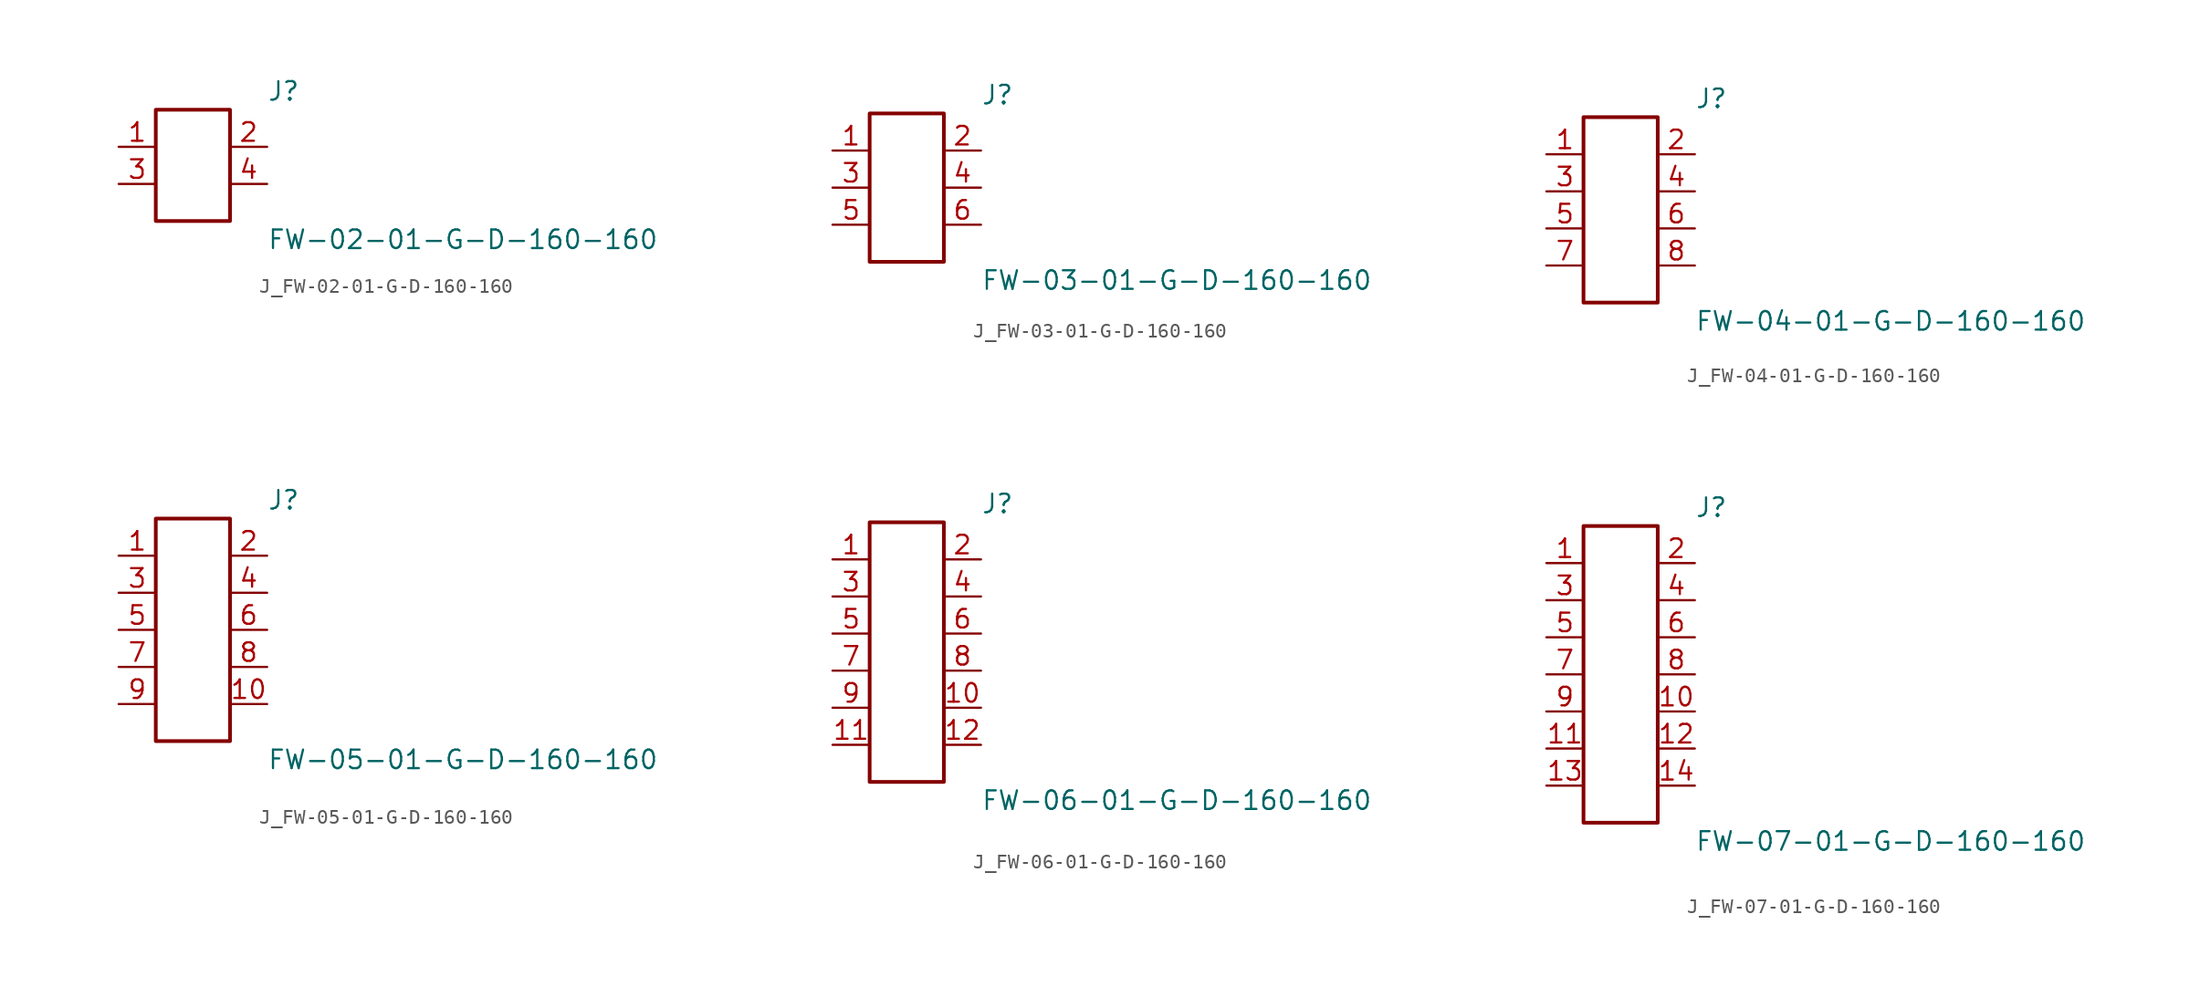
<source format=kicad_sym>
(kicad_symbol_lib
  (version 20231120)
  (generator kicad_symbol_editor)
  (generator_version 8.0)
  (symbol "J_FW-02-01-G-D-160-160"
    (pin_names
      (offset 0.254))
    (property "Reference" "J"
      (at 5.08 5.08 0)
      (effects (font (size 1.27 1.27)) (justify left)))
    (property "Value" "FW-02-01-G-D-160-160"
      (at 5.08 -5.08 0)
      (effects (font (size 1.27 1.27)) (justify left)))
    (symbol "J_FW-02-01-G-D-160-160_0_0"
      (pin unspecified line (at -5.08 1.27 0) (length 2.54) (name "" (effects (font (size 1.27 1.27)))) (number "1" (effects (font (size 1.27 1.27)))))
      (pin unspecified line (at 5.08 1.27 180) (length 2.54) (name "" (effects (font (size 1.27 1.27)))) (number "2" (effects (font (size 1.27 1.27)))))
      (pin unspecified line (at -5.08 -1.27 0) (length 2.54) (name "" (effects (font (size 1.27 1.27)))) (number "3" (effects (font (size 1.27 1.27)))))
      (pin unspecified line (at 5.08 -1.27 180) (length 2.54) (name "" (effects (font (size 1.27 1.27)))) (number "4" (effects (font (size 1.27 1.27))))))
    (symbol "J_FW-02-01-G-D-160-160_1_0"
      (rectangle (start -2.54 3.81) (end 2.54 -3.81) (stroke (width 0.254) (type solid)) (fill (type none)))))
  (symbol "J_FW-03-01-G-D-160-160"
    (pin_names
      (offset 0.254))
    (property "Reference" "J"
      (at 5.08 6.35 0)
      (effects (font (size 1.27 1.27)) (justify left)))
    (property "Value" "FW-03-01-G-D-160-160"
      (at 5.08 -6.35 0)
      (effects (font (size 1.27 1.27)) (justify left)))
    (symbol "J_FW-03-01-G-D-160-160_0_0"
      (pin unspecified line (at -5.08 2.54 0) (length 2.54) (name "" (effects (font (size 1.27 1.27)))) (number "1" (effects (font (size 1.27 1.27)))))
      (pin unspecified line (at 5.08 2.54 180) (length 2.54) (name "" (effects (font (size 1.27 1.27)))) (number "2" (effects (font (size 1.27 1.27)))))
      (pin unspecified line (at -5.08 0.0 0) (length 2.54) (name "" (effects (font (size 1.27 1.27)))) (number "3" (effects (font (size 1.27 1.27)))))
      (pin unspecified line (at 5.08 0.0 180) (length 2.54) (name "" (effects (font (size 1.27 1.27)))) (number "4" (effects (font (size 1.27 1.27)))))
      (pin unspecified line (at -5.08 -2.54 0) (length 2.54) (name "" (effects (font (size 1.27 1.27)))) (number "5" (effects (font (size 1.27 1.27)))))
      (pin unspecified line (at 5.08 -2.54 180) (length 2.54) (name "" (effects (font (size 1.27 1.27)))) (number "6" (effects (font (size 1.27 1.27))))))
    (symbol "J_FW-03-01-G-D-160-160_1_0"
      (rectangle (start -2.54 5.08) (end 2.54 -5.08) (stroke (width 0.254) (type solid)) (fill (type none)))))
  (symbol "J_FW-04-01-G-D-160-160"
    (pin_names
      (offset 0.254))
    (property "Reference" "J"
      (at 5.08 7.62 0)
      (effects (font (size 1.27 1.27)) (justify left)))
    (property "Value" "FW-04-01-G-D-160-160"
      (at 5.08 -7.62 0)
      (effects (font (size 1.27 1.27)) (justify left)))
    (symbol "J_FW-04-01-G-D-160-160_0_0"
      (pin unspecified line (at -5.08 3.81 0) (length 2.54) (name "" (effects (font (size 1.27 1.27)))) (number "1" (effects (font (size 1.27 1.27)))))
      (pin unspecified line (at 5.08 3.81 180) (length 2.54) (name "" (effects (font (size 1.27 1.27)))) (number "2" (effects (font (size 1.27 1.27)))))
      (pin unspecified line (at -5.08 1.27 0) (length 2.54) (name "" (effects (font (size 1.27 1.27)))) (number "3" (effects (font (size 1.27 1.27)))))
      (pin unspecified line (at 5.08 1.27 180) (length 2.54) (name "" (effects (font (size 1.27 1.27)))) (number "4" (effects (font (size 1.27 1.27)))))
      (pin unspecified line (at -5.08 -1.27 0) (length 2.54) (name "" (effects (font (size 1.27 1.27)))) (number "5" (effects (font (size 1.27 1.27)))))
      (pin unspecified line (at 5.08 -1.27 180) (length 2.54) (name "" (effects (font (size 1.27 1.27)))) (number "6" (effects (font (size 1.27 1.27)))))
      (pin unspecified line (at -5.08 -3.81 0) (length 2.54) (name "" (effects (font (size 1.27 1.27)))) (number "7" (effects (font (size 1.27 1.27)))))
      (pin unspecified line (at 5.08 -3.81 180) (length 2.54) (name "" (effects (font (size 1.27 1.27)))) (number "8" (effects (font (size 1.27 1.27))))))
    (symbol "J_FW-04-01-G-D-160-160_1_0"
      (rectangle (start -2.54 6.35) (end 2.54 -6.35) (stroke (width 0.254) (type solid)) (fill (type none)))))
  (symbol "J_FW-05-01-G-D-160-160"
    (pin_names
      (offset 0.254))
    (property "Reference" "J"
      (at 5.08 8.89 0)
      (effects (font (size 1.27 1.27)) (justify left)))
    (property "Value" "FW-05-01-G-D-160-160"
      (at 5.08 -8.89 0)
      (effects (font (size 1.27 1.27)) (justify left)))
    (symbol "J_FW-05-01-G-D-160-160_0_0"
      (pin unspecified line (at -5.08 5.08 0) (length 2.54) (name "" (effects (font (size 1.27 1.27)))) (number "1" (effects (font (size 1.27 1.27)))))
      (pin unspecified line (at 5.08 5.08 180) (length 2.54) (name "" (effects (font (size 1.27 1.27)))) (number "2" (effects (font (size 1.27 1.27)))))
      (pin unspecified line (at -5.08 2.54 0) (length 2.54) (name "" (effects (font (size 1.27 1.27)))) (number "3" (effects (font (size 1.27 1.27)))))
      (pin unspecified line (at 5.08 2.54 180) (length 2.54) (name "" (effects (font (size 1.27 1.27)))) (number "4" (effects (font (size 1.27 1.27)))))
      (pin unspecified line (at -5.08 0.0 0) (length 2.54) (name "" (effects (font (size 1.27 1.27)))) (number "5" (effects (font (size 1.27 1.27)))))
      (pin unspecified line (at 5.08 0.0 180) (length 2.54) (name "" (effects (font (size 1.27 1.27)))) (number "6" (effects (font (size 1.27 1.27)))))
      (pin unspecified line (at -5.08 -2.54 0) (length 2.54) (name "" (effects (font (size 1.27 1.27)))) (number "7" (effects (font (size 1.27 1.27)))))
      (pin unspecified line (at 5.08 -2.54 180) (length 2.54) (name "" (effects (font (size 1.27 1.27)))) (number "8" (effects (font (size 1.27 1.27)))))
      (pin unspecified line (at -5.08 -5.08 0) (length 2.54) (name "" (effects (font (size 1.27 1.27)))) (number "9" (effects (font (size 1.27 1.27)))))
      (pin unspecified line (at 5.08 -5.08 180) (length 2.54) (name "" (effects (font (size 1.27 1.27)))) (number "10" (effects (font (size 1.27 1.27))))))
    (symbol "J_FW-05-01-G-D-160-160_1_0"
      (rectangle (start -2.54 7.62) (end 2.54 -7.62) (stroke (width 0.254) (type solid)) (fill (type none)))))
  (symbol "J_FW-06-01-G-D-160-160"
    (pin_names
      (offset 0.254))
    (property "Reference" "J"
      (at 5.08 10.16 0)
      (effects (font (size 1.27 1.27)) (justify left)))
    (property "Value" "FW-06-01-G-D-160-160"
      (at 5.08 -10.16 0)
      (effects (font (size 1.27 1.27)) (justify left)))
    (symbol "J_FW-06-01-G-D-160-160_0_0"
      (pin unspecified line (at -5.08 6.35 0) (length 2.54) (name "" (effects (font (size 1.27 1.27)))) (number "1" (effects (font (size 1.27 1.27)))))
      (pin unspecified line (at 5.08 6.35 180) (length 2.54) (name "" (effects (font (size 1.27 1.27)))) (number "2" (effects (font (size 1.27 1.27)))))
      (pin unspecified line (at -5.08 3.81 0) (length 2.54) (name "" (effects (font (size 1.27 1.27)))) (number "3" (effects (font (size 1.27 1.27)))))
      (pin unspecified line (at 5.08 3.81 180) (length 2.54) (name "" (effects (font (size 1.27 1.27)))) (number "4" (effects (font (size 1.27 1.27)))))
      (pin unspecified line (at -5.08 1.27 0) (length 2.54) (name "" (effects (font (size 1.27 1.27)))) (number "5" (effects (font (size 1.27 1.27)))))
      (pin unspecified line (at 5.08 1.27 180) (length 2.54) (name "" (effects (font (size 1.27 1.27)))) (number "6" (effects (font (size 1.27 1.27)))))
      (pin unspecified line (at -5.08 -1.27 0) (length 2.54) (name "" (effects (font (size 1.27 1.27)))) (number "7" (effects (font (size 1.27 1.27)))))
      (pin unspecified line (at 5.08 -1.27 180) (length 2.54) (name "" (effects (font (size 1.27 1.27)))) (number "8" (effects (font (size 1.27 1.27)))))
      (pin unspecified line (at -5.08 -3.81 0) (length 2.54) (name "" (effects (font (size 1.27 1.27)))) (number "9" (effects (font (size 1.27 1.27)))))
      (pin unspecified line (at 5.08 -3.81 180) (length 2.54) (name "" (effects (font (size 1.27 1.27)))) (number "10" (effects (font (size 1.27 1.27)))))
      (pin unspecified line (at -5.08 -6.35 0) (length 2.54) (name "" (effects (font (size 1.27 1.27)))) (number "11" (effects (font (size 1.27 1.27)))))
      (pin unspecified line (at 5.08 -6.35 180) (length 2.54) (name "" (effects (font (size 1.27 1.27)))) (number "12" (effects (font (size 1.27 1.27))))))
    (symbol "J_FW-06-01-G-D-160-160_1_0"
      (rectangle (start -2.54 8.89) (end 2.54 -8.89) (stroke (width 0.254) (type solid)) (fill (type none)))))
  (symbol "J_FW-07-01-G-D-160-160"
    (pin_names
      (offset 0.254))
    (property "Reference" "J"
      (at 5.08 11.43 0)
      (effects (font (size 1.27 1.27)) (justify left)))
    (property "Value" "FW-07-01-G-D-160-160"
      (at 5.08 -11.43 0)
      (effects (font (size 1.27 1.27)) (justify left)))
    (symbol "J_FW-07-01-G-D-160-160_0_0"
      (pin unspecified line (at -5.08 7.62 0) (length 2.54) (name "" (effects (font (size 1.27 1.27)))) (number "1" (effects (font (size 1.27 1.27)))))
      (pin unspecified line (at 5.08 7.62 180) (length 2.54) (name "" (effects (font (size 1.27 1.27)))) (number "2" (effects (font (size 1.27 1.27)))))
      (pin unspecified line (at -5.08 5.08 0) (length 2.54) (name "" (effects (font (size 1.27 1.27)))) (number "3" (effects (font (size 1.27 1.27)))))
      (pin unspecified line (at 5.08 5.08 180) (length 2.54) (name "" (effects (font (size 1.27 1.27)))) (number "4" (effects (font (size 1.27 1.27)))))
      (pin unspecified line (at -5.08 2.54 0) (length 2.54) (name "" (effects (font (size 1.27 1.27)))) (number "5" (effects (font (size 1.27 1.27)))))
      (pin unspecified line (at 5.08 2.54 180) (length 2.54) (name "" (effects (font (size 1.27 1.27)))) (number "6" (effects (font (size 1.27 1.27)))))
      (pin unspecified line (at -5.08 0.0 0) (length 2.54) (name "" (effects (font (size 1.27 1.27)))) (number "7" (effects (font (size 1.27 1.27)))))
      (pin unspecified line (at 5.08 0.0 180) (length 2.54) (name "" (effects (font (size 1.27 1.27)))) (number "8" (effects (font (size 1.27 1.27)))))
      (pin unspecified line (at -5.08 -2.54 0) (length 2.54) (name "" (effects (font (size 1.27 1.27)))) (number "9" (effects (font (size 1.27 1.27)))))
      (pin unspecified line (at 5.08 -2.54 180) (length 2.54) (name "" (effects (font (size 1.27 1.27)))) (number "10" (effects (font (size 1.27 1.27)))))
      (pin unspecified line (at -5.08 -5.08 0) (length 2.54) (name "" (effects (font (size 1.27 1.27)))) (number "11" (effects (font (size 1.27 1.27)))))
      (pin unspecified line (at 5.08 -5.08 180) (length 2.54) (name "" (effects (font (size 1.27 1.27)))) (number "12" (effects (font (size 1.27 1.27)))))
      (pin unspecified line (at -5.08 -7.62 0) (length 2.54) (name "" (effects (font (size 1.27 1.27)))) (number "13" (effects (font (size 1.27 1.27)))))
      (pin unspecified line (at 5.08 -7.62 180) (length 2.54) (name "" (effects (font (size 1.27 1.27)))) (number "14" (effects (font (size 1.27 1.27))))))
    (symbol "J_FW-07-01-G-D-160-160_1_0"
      (rectangle (start -2.54 10.16) (end 2.54 -10.16) (stroke (width 0.254) (type solid)) (fill (type none))))))
</source>
